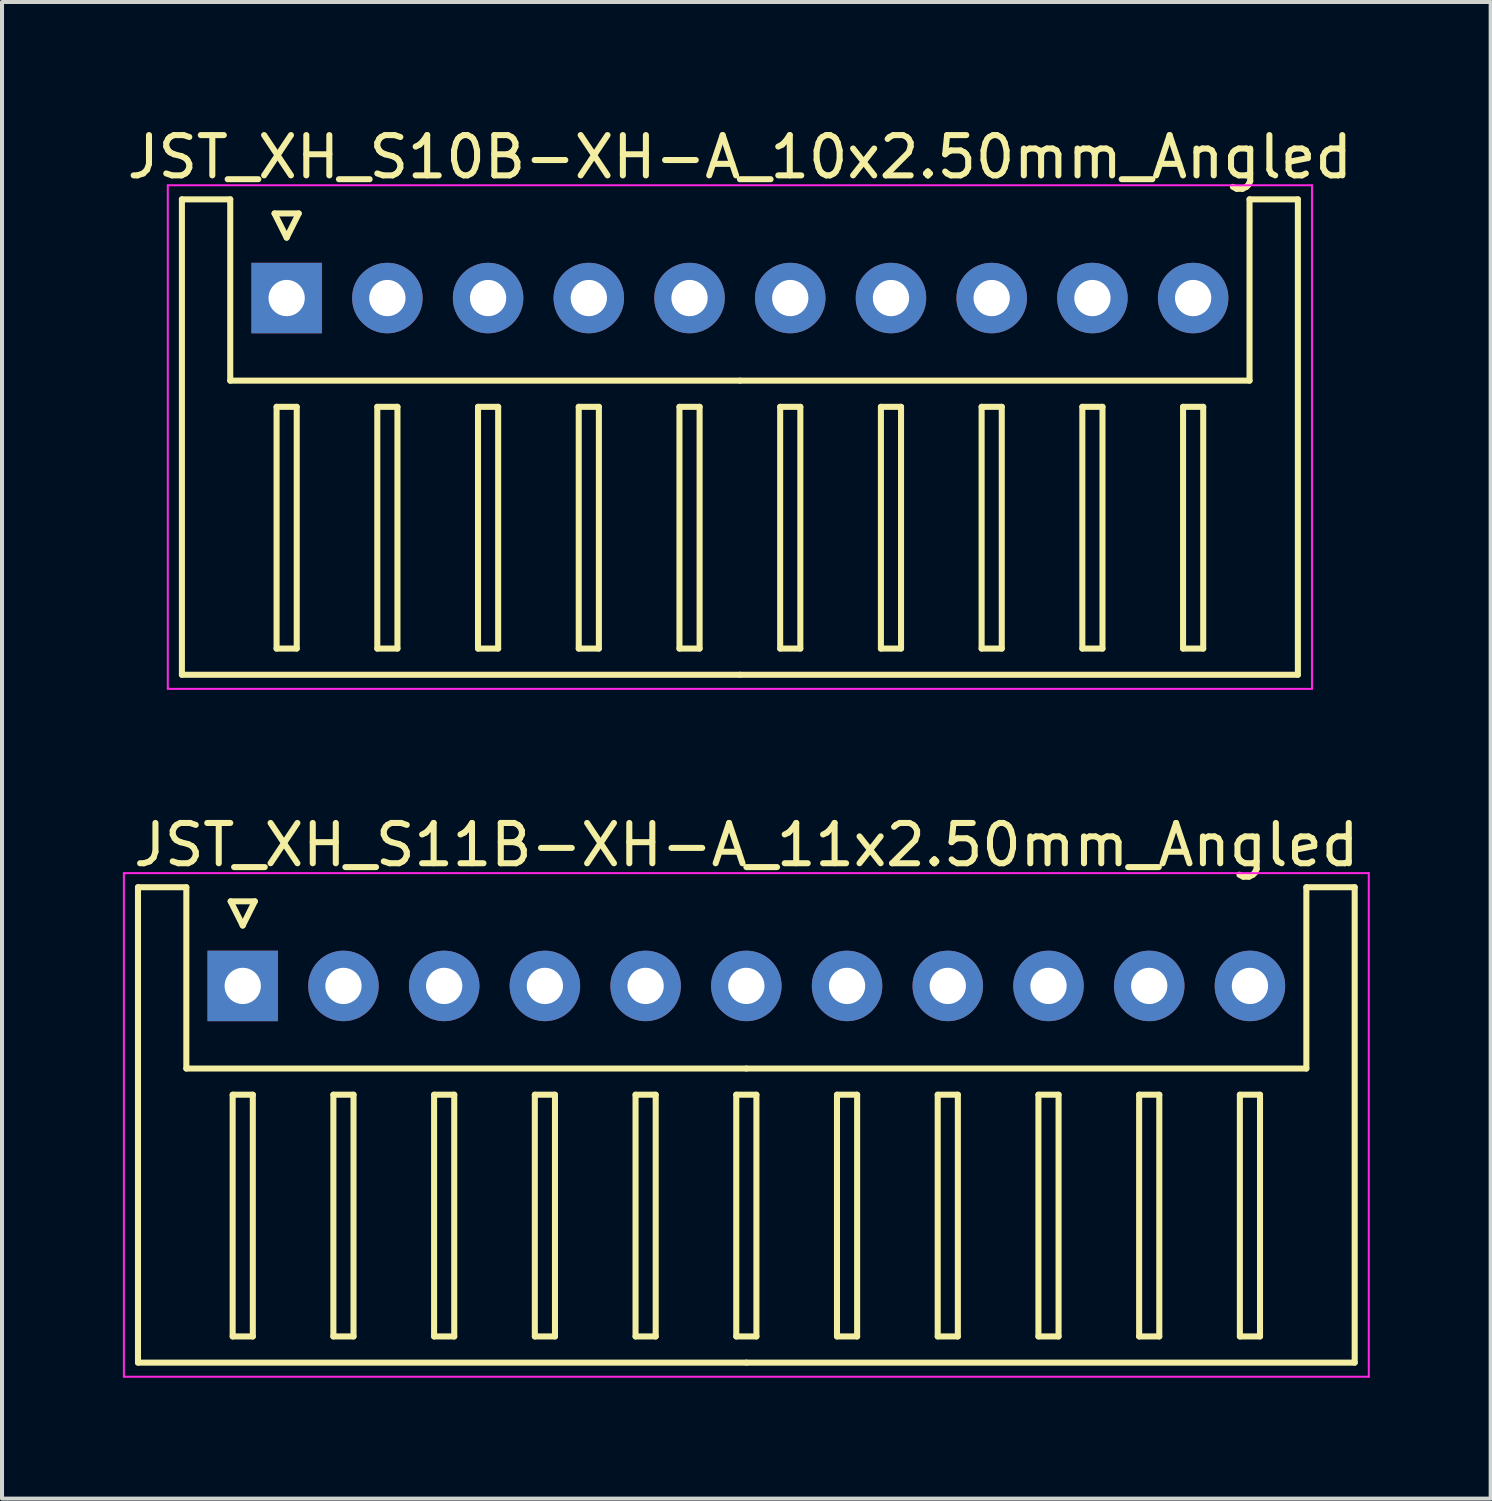
<source format=kicad_pcb>
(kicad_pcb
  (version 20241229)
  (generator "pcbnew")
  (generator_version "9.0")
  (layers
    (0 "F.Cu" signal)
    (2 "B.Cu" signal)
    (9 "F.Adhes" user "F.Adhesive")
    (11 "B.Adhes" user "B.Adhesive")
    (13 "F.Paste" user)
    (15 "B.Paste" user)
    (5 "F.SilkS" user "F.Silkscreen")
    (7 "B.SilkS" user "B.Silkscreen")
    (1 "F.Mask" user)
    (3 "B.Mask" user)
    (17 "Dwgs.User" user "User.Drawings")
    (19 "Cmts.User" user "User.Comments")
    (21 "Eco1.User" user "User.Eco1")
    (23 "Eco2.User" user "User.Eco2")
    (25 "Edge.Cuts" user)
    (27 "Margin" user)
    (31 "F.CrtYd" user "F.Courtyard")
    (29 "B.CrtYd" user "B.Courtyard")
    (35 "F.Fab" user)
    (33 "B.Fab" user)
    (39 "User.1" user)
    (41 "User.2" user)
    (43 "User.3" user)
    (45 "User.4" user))
  (footprint "JST_XH_S11B-XH-A_11x2.50mm_Angled"
    (layer "F.Cu")
    (at 2.975 21.422)
    (property "Reference" "JST_XH_S11B-XH-A_11x2.50mm_Angled" (at 12.5 -3.5 0) (layer "F.SilkS") (effects (font (size 1 1) (thickness 0.15))))
    (attr through_hole)
    (fp_line (start -2.6 -2.45) (end -1.4 -2.45) (stroke (width 0.15) (type solid)) (layer "F.SilkS"))
    (fp_line (start -2.6 9.35) (end -2.6 -2.45) (stroke (width 0.15) (type solid)) (layer "F.SilkS"))
    (fp_line (start -1.4 -2.45) (end -1.4 2.05) (stroke (width 0.15) (type solid)) (layer "F.SilkS"))
    (fp_line (start -1.4 2.05) (end 12.5 2.05) (stroke (width 0.15) (type solid)) (layer "F.SilkS"))
    (fp_line (start -0.3 -2.1) (end 0.3 -2.1) (stroke (width 0.15) (type solid)) (layer "F.SilkS"))
    (fp_line (start -0.25 2.7) (end -0.25 8.7) (stroke (width 0.15) (type solid)) (layer "F.SilkS"))
    (fp_line (start -0.25 8.7) (end 0.25 8.7) (stroke (width 0.15) (type solid)) (layer "F.SilkS"))
    (fp_line (start 0 -1.5) (end -0.3 -2.1) (stroke (width 0.15) (type solid)) (layer "F.SilkS"))
    (fp_line (start 0.25 2.7) (end -0.25 2.7) (stroke (width 0.15) (type solid)) (layer "F.SilkS"))
    (fp_line (start 0.25 8.7) (end 0.25 2.7) (stroke (width 0.15) (type solid)) (layer "F.SilkS"))
    (fp_line (start 0.3 -2.1) (end 0 -1.5) (stroke (width 0.15) (type solid)) (layer "F.SilkS"))
    (fp_line (start 2.25 2.7) (end 2.25 8.7) (stroke (width 0.15) (type solid)) (layer "F.SilkS"))
    (fp_line (start 2.25 8.7) (end 2.75 8.7) (stroke (width 0.15) (type solid)) (layer "F.SilkS"))
    (fp_line (start 2.75 2.7) (end 2.25 2.7) (stroke (width 0.15) (type solid)) (layer "F.SilkS"))
    (fp_line (start 2.75 8.7) (end 2.75 2.7) (stroke (width 0.15) (type solid)) (layer "F.SilkS"))
    (fp_line (start 4.75 2.7) (end 4.75 8.7) (stroke (width 0.15) (type solid)) (layer "F.SilkS"))
    (fp_line (start 4.75 8.7) (end 5.25 8.7) (stroke (width 0.15) (type solid)) (layer "F.SilkS"))
    (fp_line (start 5.25 2.7) (end 4.75 2.7) (stroke (width 0.15) (type solid)) (layer "F.SilkS"))
    (fp_line (start 5.25 8.7) (end 5.25 2.7) (stroke (width 0.15) (type solid)) (layer "F.SilkS"))
    (fp_line (start 7.25 2.7) (end 7.25 8.7) (stroke (width 0.15) (type solid)) (layer "F.SilkS"))
    (fp_line (start 7.25 8.7) (end 7.75 8.7) (stroke (width 0.15) (type solid)) (layer "F.SilkS"))
    (fp_line (start 7.75 2.7) (end 7.25 2.7) (stroke (width 0.15) (type solid)) (layer "F.SilkS"))
    (fp_line (start 7.75 8.7) (end 7.75 2.7) (stroke (width 0.15) (type solid)) (layer "F.SilkS"))
    (fp_line (start 9.75 2.7) (end 9.75 8.7) (stroke (width 0.15) (type solid)) (layer "F.SilkS"))
    (fp_line (start 9.75 8.7) (end 10.25 8.7) (stroke (width 0.15) (type solid)) (layer "F.SilkS"))
    (fp_line (start 10.25 2.7) (end 9.75 2.7) (stroke (width 0.15) (type solid)) (layer "F.SilkS"))
    (fp_line (start 10.25 8.7) (end 10.25 2.7) (stroke (width 0.15) (type solid)) (layer "F.SilkS"))
    (fp_line (start 12.25 2.7) (end 12.25 8.7) (stroke (width 0.15) (type solid)) (layer "F.SilkS"))
    (fp_line (start 12.25 8.7) (end 12.75 8.7) (stroke (width 0.15) (type solid)) (layer "F.SilkS"))
    (fp_line (start 12.5 9.35) (end -2.6 9.35) (stroke (width 0.15) (type solid)) (layer "F.SilkS"))
    (fp_line (start 12.5 9.35) (end 27.6 9.35) (stroke (width 0.15) (type solid)) (layer "F.SilkS"))
    (fp_line (start 12.75 2.7) (end 12.25 2.7) (stroke (width 0.15) (type solid)) (layer "F.SilkS"))
    (fp_line (start 12.75 8.7) (end 12.75 2.7) (stroke (width 0.15) (type solid)) (layer "F.SilkS"))
    (fp_line (start 14.75 2.7) (end 14.75 8.7) (stroke (width 0.15) (type solid)) (layer "F.SilkS"))
    (fp_line (start 14.75 8.7) (end 15.25 8.7) (stroke (width 0.15) (type solid)) (layer "F.SilkS"))
    (fp_line (start 15.25 2.7) (end 14.75 2.7) (stroke (width 0.15) (type solid)) (layer "F.SilkS"))
    (fp_line (start 15.25 8.7) (end 15.25 2.7) (stroke (width 0.15) (type solid)) (layer "F.SilkS"))
    (fp_line (start 17.25 2.7) (end 17.25 8.7) (stroke (width 0.15) (type solid)) (layer "F.SilkS"))
    (fp_line (start 17.25 8.7) (end 17.75 8.7) (stroke (width 0.15) (type solid)) (layer "F.SilkS"))
    (fp_line (start 17.75 2.7) (end 17.25 2.7) (stroke (width 0.15) (type solid)) (layer "F.SilkS"))
    (fp_line (start 17.75 8.7) (end 17.75 2.7) (stroke (width 0.15) (type solid)) (layer "F.SilkS"))
    (fp_line (start 19.75 2.7) (end 19.75 8.7) (stroke (width 0.15) (type solid)) (layer "F.SilkS"))
    (fp_line (start 19.75 8.7) (end 20.25 8.7) (stroke (width 0.15) (type solid)) (layer "F.SilkS"))
    (fp_line (start 20.25 2.7) (end 19.75 2.7) (stroke (width 0.15) (type solid)) (layer "F.SilkS"))
    (fp_line (start 20.25 8.7) (end 20.25 2.7) (stroke (width 0.15) (type solid)) (layer "F.SilkS"))
    (fp_line (start 22.25 2.7) (end 22.25 8.7) (stroke (width 0.15) (type solid)) (layer "F.SilkS"))
    (fp_line (start 22.25 8.7) (end 22.75 8.7) (stroke (width 0.15) (type solid)) (layer "F.SilkS"))
    (fp_line (start 22.75 2.7) (end 22.25 2.7) (stroke (width 0.15) (type solid)) (layer "F.SilkS"))
    (fp_line (start 22.75 8.7) (end 22.75 2.7) (stroke (width 0.15) (type solid)) (layer "F.SilkS"))
    (fp_line (start 24.75 2.7) (end 24.75 8.7) (stroke (width 0.15) (type solid)) (layer "F.SilkS"))
    (fp_line (start 24.75 8.7) (end 25.25 8.7) (stroke (width 0.15) (type solid)) (layer "F.SilkS"))
    (fp_line (start 25.25 2.7) (end 24.75 2.7) (stroke (width 0.15) (type solid)) (layer "F.SilkS"))
    (fp_line (start 25.25 8.7) (end 25.25 2.7) (stroke (width 0.15) (type solid)) (layer "F.SilkS"))
    (fp_line (start 26.4 -2.45) (end 26.4 2.05) (stroke (width 0.15) (type solid)) (layer "F.SilkS"))
    (fp_line (start 26.4 2.05) (end 12.5 2.05) (stroke (width 0.15) (type solid)) (layer "F.SilkS"))
    (fp_line (start 27.6 -2.45) (end 26.4 -2.45) (stroke (width 0.15) (type solid)) (layer "F.SilkS"))
    (fp_line (start 27.6 9.35) (end 27.6 -2.45) (stroke (width 0.15) (type solid)) (layer "F.SilkS"))
    (fp_line (start -2.95 -2.8) (end -2.95 9.7) (stroke (width 0.05) (type solid)) (layer "F.CrtYd"))
    (fp_line (start -2.95 9.7) (end 27.95 9.7) (stroke (width 0.05) (type solid)) (layer "F.CrtYd"))
    (fp_line (start 27.95 -2.8) (end -2.95 -2.8) (stroke (width 0.05) (type solid)) (layer "F.CrtYd"))
    (fp_line (start 27.95 9.7) (end 27.95 -2.8) (stroke (width 0.05) (type solid)) (layer "F.CrtYd"))
    (pad "1" thru_hole rect (at 0 0) (size 1.75 1.75) (drill 0.9) (layers "*.Cu" "*.Mask"))
    (pad "2" thru_hole circle (at 2.5 0) (size 1.75 1.75) (drill 0.9) (layers "*.Cu" "*.Mask"))
    (pad "3" thru_hole circle (at 5 0) (size 1.75 1.75) (drill 0.9) (layers "*.Cu" "*.Mask"))
    (pad "4" thru_hole circle (at 7.5 0) (size 1.75 1.75) (drill 0.9) (layers "*.Cu" "*.Mask"))
    (pad "5" thru_hole circle (at 10 0) (size 1.75 1.75) (drill 0.9) (layers "*.Cu" "*.Mask"))
    (pad "6" thru_hole circle (at 12.5 0) (size 1.75 1.75) (drill 0.9) (layers "*.Cu" "*.Mask"))
    (pad "7" thru_hole circle (at 15 0) (size 1.75 1.75) (drill 0.9) (layers "*.Cu" "*.Mask"))
    (pad "8" thru_hole circle (at 17.5 0) (size 1.75 1.75) (drill 0.9) (layers "*.Cu" "*.Mask"))
    (pad "9" thru_hole circle (at 20 0) (size 1.75 1.75) (drill 0.9) (layers "*.Cu" "*.Mask"))
    (pad "10" thru_hole circle (at 22.5 0) (size 1.75 1.75) (drill 0.9) (layers "*.Cu" "*.Mask"))
    (pad "11" thru_hole circle (at 25 0) (size 1.75 1.75) (drill 0.9) (layers "*.Cu" "*.Mask")))
  (footprint "JST_XH_S10B-XH-A_10x2.50mm_Angled"
    (layer "F.Cu")
    (at 4.065 4.348)
    (property "Reference" "JST_XH_S10B-XH-A_10x2.50mm_Angled" (at 11.25 -3.5 0) (layer "F.SilkS") (effects (font (size 1 1) (thickness 0.15))))
    (attr through_hole)
    (fp_line (start -2.6 -2.45) (end -1.4 -2.45) (stroke (width 0.15) (type solid)) (layer "F.SilkS"))
    (fp_line (start -2.6 9.35) (end -2.6 -2.45) (stroke (width 0.15) (type solid)) (layer "F.SilkS"))
    (fp_line (start -1.4 -2.45) (end -1.4 2.05) (stroke (width 0.15) (type solid)) (layer "F.SilkS"))
    (fp_line (start -1.4 2.05) (end 11.25 2.05) (stroke (width 0.15) (type solid)) (layer "F.SilkS"))
    (fp_line (start -0.3 -2.1) (end 0.3 -2.1) (stroke (width 0.15) (type solid)) (layer "F.SilkS"))
    (fp_line (start -0.25 2.7) (end -0.25 8.7) (stroke (width 0.15) (type solid)) (layer "F.SilkS"))
    (fp_line (start -0.25 8.7) (end 0.25 8.7) (stroke (width 0.15) (type solid)) (layer "F.SilkS"))
    (fp_line (start 0 -1.5) (end -0.3 -2.1) (stroke (width 0.15) (type solid)) (layer "F.SilkS"))
    (fp_line (start 0.25 2.7) (end -0.25 2.7) (stroke (width 0.15) (type solid)) (layer "F.SilkS"))
    (fp_line (start 0.25 8.7) (end 0.25 2.7) (stroke (width 0.15) (type solid)) (layer "F.SilkS"))
    (fp_line (start 0.3 -2.1) (end 0 -1.5) (stroke (width 0.15) (type solid)) (layer "F.SilkS"))
    (fp_line (start 2.25 2.7) (end 2.25 8.7) (stroke (width 0.15) (type solid)) (layer "F.SilkS"))
    (fp_line (start 2.25 8.7) (end 2.75 8.7) (stroke (width 0.15) (type solid)) (layer "F.SilkS"))
    (fp_line (start 2.75 2.7) (end 2.25 2.7) (stroke (width 0.15) (type solid)) (layer "F.SilkS"))
    (fp_line (start 2.75 8.7) (end 2.75 2.7) (stroke (width 0.15) (type solid)) (layer "F.SilkS"))
    (fp_line (start 4.75 2.7) (end 4.75 8.7) (stroke (width 0.15) (type solid)) (layer "F.SilkS"))
    (fp_line (start 4.75 8.7) (end 5.25 8.7) (stroke (width 0.15) (type solid)) (layer "F.SilkS"))
    (fp_line (start 5.25 2.7) (end 4.75 2.7) (stroke (width 0.15) (type solid)) (layer "F.SilkS"))
    (fp_line (start 5.25 8.7) (end 5.25 2.7) (stroke (width 0.15) (type solid)) (layer "F.SilkS"))
    (fp_line (start 7.25 2.7) (end 7.25 8.7) (stroke (width 0.15) (type solid)) (layer "F.SilkS"))
    (fp_line (start 7.25 8.7) (end 7.75 8.7) (stroke (width 0.15) (type solid)) (layer "F.SilkS"))
    (fp_line (start 7.75 2.7) (end 7.25 2.7) (stroke (width 0.15) (type solid)) (layer "F.SilkS"))
    (fp_line (start 7.75 8.7) (end 7.75 2.7) (stroke (width 0.15) (type solid)) (layer "F.SilkS"))
    (fp_line (start 9.75 2.7) (end 9.75 8.7) (stroke (width 0.15) (type solid)) (layer "F.SilkS"))
    (fp_line (start 9.75 8.7) (end 10.25 8.7) (stroke (width 0.15) (type solid)) (layer "F.SilkS"))
    (fp_line (start 10.25 2.7) (end 9.75 2.7) (stroke (width 0.15) (type solid)) (layer "F.SilkS"))
    (fp_line (start 10.25 8.7) (end 10.25 2.7) (stroke (width 0.15) (type solid)) (layer "F.SilkS"))
    (fp_line (start 11.25 9.35) (end -2.6 9.35) (stroke (width 0.15) (type solid)) (layer "F.SilkS"))
    (fp_line (start 11.25 9.35) (end 25.1 9.35) (stroke (width 0.15) (type solid)) (layer "F.SilkS"))
    (fp_line (start 12.25 2.7) (end 12.25 8.7) (stroke (width 0.15) (type solid)) (layer "F.SilkS"))
    (fp_line (start 12.25 8.7) (end 12.75 8.7) (stroke (width 0.15) (type solid)) (layer "F.SilkS"))
    (fp_line (start 12.75 2.7) (end 12.25 2.7) (stroke (width 0.15) (type solid)) (layer "F.SilkS"))
    (fp_line (start 12.75 8.7) (end 12.75 2.7) (stroke (width 0.15) (type solid)) (layer "F.SilkS"))
    (fp_line (start 14.75 2.7) (end 14.75 8.7) (stroke (width 0.15) (type solid)) (layer "F.SilkS"))
    (fp_line (start 14.75 8.7) (end 15.25 8.7) (stroke (width 0.15) (type solid)) (layer "F.SilkS"))
    (fp_line (start 15.25 2.7) (end 14.75 2.7) (stroke (width 0.15) (type solid)) (layer "F.SilkS"))
    (fp_line (start 15.25 8.7) (end 15.25 2.7) (stroke (width 0.15) (type solid)) (layer "F.SilkS"))
    (fp_line (start 17.25 2.7) (end 17.25 8.7) (stroke (width 0.15) (type solid)) (layer "F.SilkS"))
    (fp_line (start 17.25 8.7) (end 17.75 8.7) (stroke (width 0.15) (type solid)) (layer "F.SilkS"))
    (fp_line (start 17.75 2.7) (end 17.25 2.7) (stroke (width 0.15) (type solid)) (layer "F.SilkS"))
    (fp_line (start 17.75 8.7) (end 17.75 2.7) (stroke (width 0.15) (type solid)) (layer "F.SilkS"))
    (fp_line (start 19.75 2.7) (end 19.75 8.7) (stroke (width 0.15) (type solid)) (layer "F.SilkS"))
    (fp_line (start 19.75 8.7) (end 20.25 8.7) (stroke (width 0.15) (type solid)) (layer "F.SilkS"))
    (fp_line (start 20.25 2.7) (end 19.75 2.7) (stroke (width 0.15) (type solid)) (layer "F.SilkS"))
    (fp_line (start 20.25 8.7) (end 20.25 2.7) (stroke (width 0.15) (type solid)) (layer "F.SilkS"))
    (fp_line (start 22.25 2.7) (end 22.25 8.7) (stroke (width 0.15) (type solid)) (layer "F.SilkS"))
    (fp_line (start 22.25 8.7) (end 22.75 8.7) (stroke (width 0.15) (type solid)) (layer "F.SilkS"))
    (fp_line (start 22.75 2.7) (end 22.25 2.7) (stroke (width 0.15) (type solid)) (layer "F.SilkS"))
    (fp_line (start 22.75 8.7) (end 22.75 2.7) (stroke (width 0.15) (type solid)) (layer "F.SilkS"))
    (fp_line (start 23.9 -2.45) (end 23.9 2.05) (stroke (width 0.15) (type solid)) (layer "F.SilkS"))
    (fp_line (start 23.9 2.05) (end 11.25 2.05) (stroke (width 0.15) (type solid)) (layer "F.SilkS"))
    (fp_line (start 25.1 -2.45) (end 23.9 -2.45) (stroke (width 0.15) (type solid)) (layer "F.SilkS"))
    (fp_line (start 25.1 9.35) (end 25.1 -2.45) (stroke (width 0.15) (type solid)) (layer "F.SilkS"))
    (fp_line (start -2.95 -2.8) (end -2.95 9.7) (stroke (width 0.05) (type solid)) (layer "F.CrtYd"))
    (fp_line (start -2.95 9.7) (end 25.45 9.7) (stroke (width 0.05) (type solid)) (layer "F.CrtYd"))
    (fp_line (start 25.45 -2.8) (end -2.95 -2.8) (stroke (width 0.05) (type solid)) (layer "F.CrtYd"))
    (fp_line (start 25.45 9.7) (end 25.45 -2.8) (stroke (width 0.05) (type solid)) (layer "F.CrtYd"))
    (pad "1" thru_hole rect (at 0 0) (size 1.75 1.75) (drill 0.9) (layers "*.Cu" "*.Mask"))
    (pad "2" thru_hole circle (at 2.5 0) (size 1.75 1.75) (drill 0.9) (layers "*.Cu" "*.Mask"))
    (pad "3" thru_hole circle (at 5 0) (size 1.75 1.75) (drill 0.9) (layers "*.Cu" "*.Mask"))
    (pad "4" thru_hole circle (at 7.5 0) (size 1.75 1.75) (drill 0.9) (layers "*.Cu" "*.Mask"))
    (pad "5" thru_hole circle (at 10 0) (size 1.75 1.75) (drill 0.9) (layers "*.Cu" "*.Mask"))
    (pad "6" thru_hole circle (at 12.5 0) (size 1.75 1.75) (drill 0.9) (layers "*.Cu" "*.Mask"))
    (pad "7" thru_hole circle (at 15 0) (size 1.75 1.75) (drill 0.9) (layers "*.Cu" "*.Mask"))
    (pad "8" thru_hole circle (at 17.5 0) (size 1.75 1.75) (drill 0.9) (layers "*.Cu" "*.Mask"))
    (pad "9" thru_hole circle (at 20 0) (size 1.75 1.75) (drill 0.9) (layers "*.Cu" "*.Mask"))
    (pad "10" thru_hole circle (at 22.5 0) (size 1.75 1.75) (drill 0.9) (layers "*.Cu" "*.Mask")))
  (gr_rect
    (start -3 -3)
    (end 33.95 34.147)
    (stroke (width 0.1) (type default))
    (fill no)
    (layer "Edge.Cuts")))
</source>
